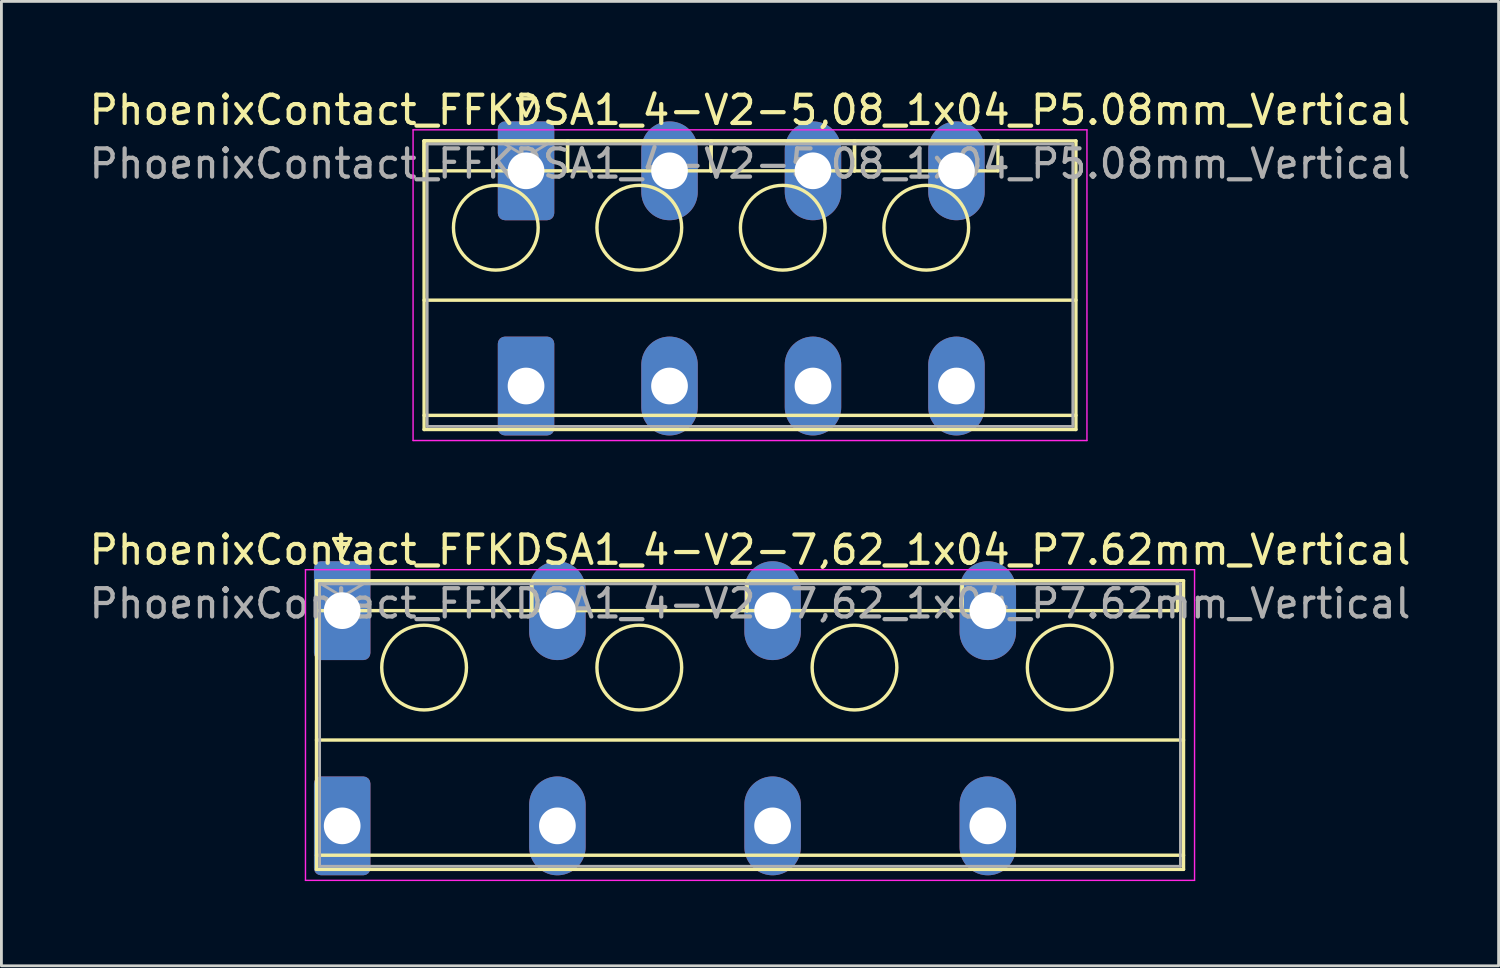
<source format=kicad_pcb>
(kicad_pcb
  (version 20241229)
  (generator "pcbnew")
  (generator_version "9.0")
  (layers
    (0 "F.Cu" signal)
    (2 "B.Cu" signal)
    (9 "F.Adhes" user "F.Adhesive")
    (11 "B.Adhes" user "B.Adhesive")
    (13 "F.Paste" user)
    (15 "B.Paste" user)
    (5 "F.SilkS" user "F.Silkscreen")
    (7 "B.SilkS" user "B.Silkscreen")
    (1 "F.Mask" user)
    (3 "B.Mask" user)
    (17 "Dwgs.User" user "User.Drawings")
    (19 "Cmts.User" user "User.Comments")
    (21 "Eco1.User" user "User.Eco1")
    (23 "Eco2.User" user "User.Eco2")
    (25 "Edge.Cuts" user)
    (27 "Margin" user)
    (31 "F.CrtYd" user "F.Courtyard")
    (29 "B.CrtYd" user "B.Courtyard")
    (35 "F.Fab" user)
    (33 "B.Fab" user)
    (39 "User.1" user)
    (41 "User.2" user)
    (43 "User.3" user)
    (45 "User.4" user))
  (footprint "PhoenixContact_FFKDSA1_4-V2-7,62_1x04_P7.62mm_Vertical"
    (layer "F.Cu")
    (at 9.066 18.572)
    (property "Reference" "PhoenixContact_FFKDSA1_4-V2-7,62_1x04_P7.62mm_Vertical" (at 14.44 -2.15 0) (layer "F.SilkS") (effects (font (size 1 1) (thickness 0.15))))
    (attr through_hole)
    (fp_line (start -0.91 -1.06) (end -0.91 0) (stroke (width 0.12) (type solid)) (layer "F.SilkS"))
    (fp_line (start -0.91 -1.06) (end -0.91 9.16) (stroke (width 0.12) (type solid)) (layer "F.SilkS"))
    (fp_line (start -0.91 0) (end 6.71 0) (stroke (width 0.12) (type solid)) (layer "F.SilkS"))
    (fp_line (start -0.91 4.58) (end 29.79 4.58) (stroke (width 0.12) (type solid)) (layer "F.SilkS"))
    (fp_line (start -0.91 8.66) (end 29.79 8.66) (stroke (width 0.12) (type solid)) (layer "F.SilkS"))
    (fp_line (start -0.91 9.16) (end 29.79 9.16) (stroke (width 0.12) (type solid)) (layer "F.SilkS"))
    (fp_line (start -0.3 -2.55) (end 0.3 -2.55) (stroke (width 0.12) (type solid)) (layer "F.SilkS"))
    (fp_line (start 0 -1.95) (end -0.3 -2.55) (stroke (width 0.12) (type solid)) (layer "F.SilkS"))
    (fp_line (start 0.3 -2.55) (end 0 -1.95) (stroke (width 0.12) (type solid)) (layer "F.SilkS"))
    (fp_line (start 6.71 -1.06) (end -0.91 -1.06) (stroke (width 0.12) (type solid)) (layer "F.SilkS"))
    (fp_line (start 6.71 -1.06) (end 6.71 0) (stroke (width 0.12) (type solid)) (layer "F.SilkS"))
    (fp_line (start 6.71 0) (end 6.71 -1.06) (stroke (width 0.12) (type solid)) (layer "F.SilkS"))
    (fp_line (start 6.71 0) (end 14.33 0) (stroke (width 0.12) (type solid)) (layer "F.SilkS"))
    (fp_line (start 14.33 -1.06) (end 6.71 -1.06) (stroke (width 0.12) (type solid)) (layer "F.SilkS"))
    (fp_line (start 14.33 -1.06) (end 14.33 0) (stroke (width 0.12) (type solid)) (layer "F.SilkS"))
    (fp_line (start 14.33 0) (end 14.33 -1.06) (stroke (width 0.12) (type solid)) (layer "F.SilkS"))
    (fp_line (start 14.33 0) (end 21.95 0) (stroke (width 0.12) (type solid)) (layer "F.SilkS"))
    (fp_line (start 21.95 -1.06) (end 14.33 -1.06) (stroke (width 0.12) (type solid)) (layer "F.SilkS"))
    (fp_line (start 21.95 -1.06) (end 21.95 0) (stroke (width 0.12) (type solid)) (layer "F.SilkS"))
    (fp_line (start 21.95 0) (end 21.95 -1.06) (stroke (width 0.12) (type solid)) (layer "F.SilkS"))
    (fp_line (start 21.95 0) (end 29.57 0) (stroke (width 0.12) (type solid)) (layer "F.SilkS"))
    (fp_line (start 29.57 -1.06) (end 21.95 -1.06) (stroke (width 0.12) (type solid)) (layer "F.SilkS"))
    (fp_line (start 29.57 0) (end 29.57 -1.06) (stroke (width 0.12) (type solid)) (layer "F.SilkS"))
    (fp_line (start 29.79 -1.06) (end -0.91 -1.06) (stroke (width 0.12) (type solid)) (layer "F.SilkS"))
    (fp_line (start 29.79 9.16) (end 29.79 -1.06) (stroke (width 0.12) (type solid)) (layer "F.SilkS"))
    (fp_circle (center 2.9 2.015) (end 4.4 2.015) (stroke (width 0.12) (type solid)) (fill no) (layer "F.SilkS"))
    (fp_circle (center 10.52 2.015) (end 12.02 2.015) (stroke (width 0.12) (type solid)) (fill no) (layer "F.SilkS"))
    (fp_circle (center 18.14 2.015) (end 19.64 2.015) (stroke (width 0.12) (type solid)) (fill no) (layer "F.SilkS"))
    (fp_circle (center 25.76 2.015) (end 27.26 2.015) (stroke (width 0.12) (type solid)) (fill no) (layer "F.SilkS"))
    (fp_line (start -1.3 -1.45) (end -1.3 9.55) (stroke (width 0.05) (type solid)) (layer "F.CrtYd"))
    (fp_line (start -1.3 9.55) (end 30.18 9.55) (stroke (width 0.05) (type solid)) (layer "F.CrtYd"))
    (fp_line (start 30.18 -1.45) (end -1.3 -1.45) (stroke (width 0.05) (type solid)) (layer "F.CrtYd"))
    (fp_line (start 30.18 9.55) (end 30.18 -1.45) (stroke (width 0.05) (type solid)) (layer "F.CrtYd"))
    (fp_line (start -0.8 -0.95) (end -0.8 9.05) (stroke (width 0.1) (type solid)) (layer "F.Fab"))
    (fp_line (start -0.8 9.05) (end 29.68 9.05) (stroke (width 0.1) (type solid)) (layer "F.Fab"))
    (fp_line (start 0 -0.5) (end -0.75 -0.95) (stroke (width 0.1) (type solid)) (layer "F.Fab"))
    (fp_line (start 0.75 -0.95) (end 0 -0.5) (stroke (width 0.1) (type solid)) (layer "F.Fab"))
    (fp_line (start 29.68 -0.95) (end -0.8 -0.95) (stroke (width 0.1) (type solid)) (layer "F.Fab"))
    (fp_line (start 29.68 9.05) (end 29.68 -0.95) (stroke (width 0.1) (type solid)) (layer "F.Fab"))
    (fp_text user "${REFERENCE}" (at 14.44 -0.25 0) (layer "F.Fab") (effects (font (size 1 1) (thickness 0.15))))
    (pad "1" thru_hole roundrect (at 0 0) (size 2 3.5) (drill 1.3) (layers "*.Cu" "*.Mask") (roundrect_rratio 0.125))
    (pad "1" thru_hole roundrect (at 0 7.62) (size 2 3.5) (drill 1.3) (layers "*.Cu" "*.Mask") (roundrect_rratio 0.125))
    (pad "2" thru_hole oval (at 7.62 0) (size 2 3.5) (drill 1.3) (layers "*.Cu" "*.Mask"))
    (pad "2" thru_hole oval (at 7.62 7.62) (size 2 3.5) (drill 1.3) (layers "*.Cu" "*.Mask"))
    (pad "3" thru_hole oval (at 15.24 0) (size 2 3.5) (drill 1.3) (layers "*.Cu" "*.Mask"))
    (pad "3" thru_hole oval (at 15.24 7.62) (size 2 3.5) (drill 1.3) (layers "*.Cu" "*.Mask"))
    (pad "4" thru_hole oval (at 22.86 0) (size 2 3.5) (drill 1.3) (layers "*.Cu" "*.Mask"))
    (pad "4" thru_hole oval (at 22.86 7.62) (size 2 3.5) (drill 1.3) (layers "*.Cu" "*.Mask")))
  (footprint "PhoenixContact_FFKDSA1_4-V2-5,08_1x04_P5.08mm_Vertical"
    (layer "F.Cu")
    (at 15.576 2.998)
    (property "Reference" "PhoenixContact_FFKDSA1_4-V2-5,08_1x04_P5.08mm_Vertical" (at 7.93 -2.15 0) (layer "F.SilkS") (effects (font (size 1 1) (thickness 0.15))))
    (attr through_hole)
    (fp_line (start -3.61 -1.06) (end -3.61 0) (stroke (width 0.12) (type solid)) (layer "F.SilkS"))
    (fp_line (start -3.61 -1.06) (end -3.61 9.16) (stroke (width 0.12) (type solid)) (layer "F.SilkS"))
    (fp_line (start -3.61 0) (end 1.47 0) (stroke (width 0.12) (type solid)) (layer "F.SilkS"))
    (fp_line (start -3.61 4.58) (end 19.47 4.58) (stroke (width 0.12) (type solid)) (layer "F.SilkS"))
    (fp_line (start -3.61 8.66) (end 19.47 8.66) (stroke (width 0.12) (type solid)) (layer "F.SilkS"))
    (fp_line (start -3.61 9.16) (end 19.47 9.16) (stroke (width 0.12) (type solid)) (layer "F.SilkS"))
    (fp_line (start -0.3 -2.55) (end 0.3 -2.55) (stroke (width 0.12) (type solid)) (layer "F.SilkS"))
    (fp_line (start 0 -1.95) (end -0.3 -2.55) (stroke (width 0.12) (type solid)) (layer "F.SilkS"))
    (fp_line (start 0.3 -2.55) (end 0 -1.95) (stroke (width 0.12) (type solid)) (layer "F.SilkS"))
    (fp_line (start 1.47 -1.06) (end -3.61 -1.06) (stroke (width 0.12) (type solid)) (layer "F.SilkS"))
    (fp_line (start 1.47 -1.06) (end 1.47 0) (stroke (width 0.12) (type solid)) (layer "F.SilkS"))
    (fp_line (start 1.47 0) (end 1.47 -1.06) (stroke (width 0.12) (type solid)) (layer "F.SilkS"))
    (fp_line (start 1.47 0) (end 6.55 0) (stroke (width 0.12) (type solid)) (layer "F.SilkS"))
    (fp_line (start 6.55 -1.06) (end 1.47 -1.06) (stroke (width 0.12) (type solid)) (layer "F.SilkS"))
    (fp_line (start 6.55 -1.06) (end 6.55 0) (stroke (width 0.12) (type solid)) (layer "F.SilkS"))
    (fp_line (start 6.55 0) (end 6.55 -1.06) (stroke (width 0.12) (type solid)) (layer "F.SilkS"))
    (fp_line (start 6.55 0) (end 11.63 0) (stroke (width 0.12) (type solid)) (layer "F.SilkS"))
    (fp_line (start 11.63 -1.06) (end 6.55 -1.06) (stroke (width 0.12) (type solid)) (layer "F.SilkS"))
    (fp_line (start 11.63 -1.06) (end 11.63 0) (stroke (width 0.12) (type solid)) (layer "F.SilkS"))
    (fp_line (start 11.63 0) (end 11.63 -1.06) (stroke (width 0.12) (type solid)) (layer "F.SilkS"))
    (fp_line (start 11.63 0) (end 16.71 0) (stroke (width 0.12) (type solid)) (layer "F.SilkS"))
    (fp_line (start 16.71 -1.06) (end 11.63 -1.06) (stroke (width 0.12) (type solid)) (layer "F.SilkS"))
    (fp_line (start 16.71 0) (end 16.71 -1.06) (stroke (width 0.12) (type solid)) (layer "F.SilkS"))
    (fp_line (start 19.47 -1.06) (end -3.61 -1.06) (stroke (width 0.12) (type solid)) (layer "F.SilkS"))
    (fp_line (start 19.47 9.16) (end 19.47 -1.06) (stroke (width 0.12) (type solid)) (layer "F.SilkS"))
    (fp_circle (center -1.07 2.015) (end 0.43 2.015) (stroke (width 0.12) (type solid)) (fill no) (layer "F.SilkS"))
    (fp_circle (center 4.01 2.015) (end 5.51 2.015) (stroke (width 0.12) (type solid)) (fill no) (layer "F.SilkS"))
    (fp_circle (center 9.09 2.015) (end 10.59 2.015) (stroke (width 0.12) (type solid)) (fill no) (layer "F.SilkS"))
    (fp_circle (center 14.17 2.015) (end 15.67 2.015) (stroke (width 0.12) (type solid)) (fill no) (layer "F.SilkS"))
    (fp_line (start -4 -1.45) (end -4 9.55) (stroke (width 0.05) (type solid)) (layer "F.CrtYd"))
    (fp_line (start -4 9.55) (end 19.86 9.55) (stroke (width 0.05) (type solid)) (layer "F.CrtYd"))
    (fp_line (start 19.86 -1.45) (end -4 -1.45) (stroke (width 0.05) (type solid)) (layer "F.CrtYd"))
    (fp_line (start 19.86 9.55) (end 19.86 -1.45) (stroke (width 0.05) (type solid)) (layer "F.CrtYd"))
    (fp_line (start -3.5 -0.95) (end -3.5 9.05) (stroke (width 0.1) (type solid)) (layer "F.Fab"))
    (fp_line (start -3.5 9.05) (end 19.36 9.05) (stroke (width 0.1) (type solid)) (layer "F.Fab"))
    (fp_line (start 0 -0.5) (end -0.75 -0.95) (stroke (width 0.1) (type solid)) (layer "F.Fab"))
    (fp_line (start 0.75 -0.95) (end 0 -0.5) (stroke (width 0.1) (type solid)) (layer "F.Fab"))
    (fp_line (start 19.36 -0.95) (end -3.5 -0.95) (stroke (width 0.1) (type solid)) (layer "F.Fab"))
    (fp_line (start 19.36 9.05) (end 19.36 -0.95) (stroke (width 0.1) (type solid)) (layer "F.Fab"))
    (fp_text user "${REFERENCE}" (at 7.93 -0.25 0) (layer "F.Fab") (effects (font (size 1 1) (thickness 0.15))))
    (pad "1" thru_hole roundrect (at 0 0) (size 2 3.5) (drill 1.3) (layers "*.Cu" "*.Mask") (roundrect_rratio 0.125))
    (pad "1" thru_hole roundrect (at 0 7.62) (size 2 3.5) (drill 1.3) (layers "*.Cu" "*.Mask") (roundrect_rratio 0.125))
    (pad "2" thru_hole oval (at 5.08 0) (size 2 3.5) (drill 1.3) (layers "*.Cu" "*.Mask"))
    (pad "2" thru_hole oval (at 5.08 7.62) (size 2 3.5) (drill 1.3) (layers "*.Cu" "*.Mask"))
    (pad "3" thru_hole oval (at 10.16 0) (size 2 3.5) (drill 1.3) (layers "*.Cu" "*.Mask"))
    (pad "3" thru_hole oval (at 10.16 7.62) (size 2 3.5) (drill 1.3) (layers "*.Cu" "*.Mask"))
    (pad "4" thru_hole oval (at 15.24 0) (size 2 3.5) (drill 1.3) (layers "*.Cu" "*.Mask"))
    (pad "4" thru_hole oval (at 15.24 7.62) (size 2 3.5) (drill 1.3) (layers "*.Cu" "*.Mask")))
  (gr_rect
    (start -3 -3)
    (end 50.012 31.146)
    (stroke (width 0.1) (type default))
    (fill no)
    (layer "Edge.Cuts")))
</source>
